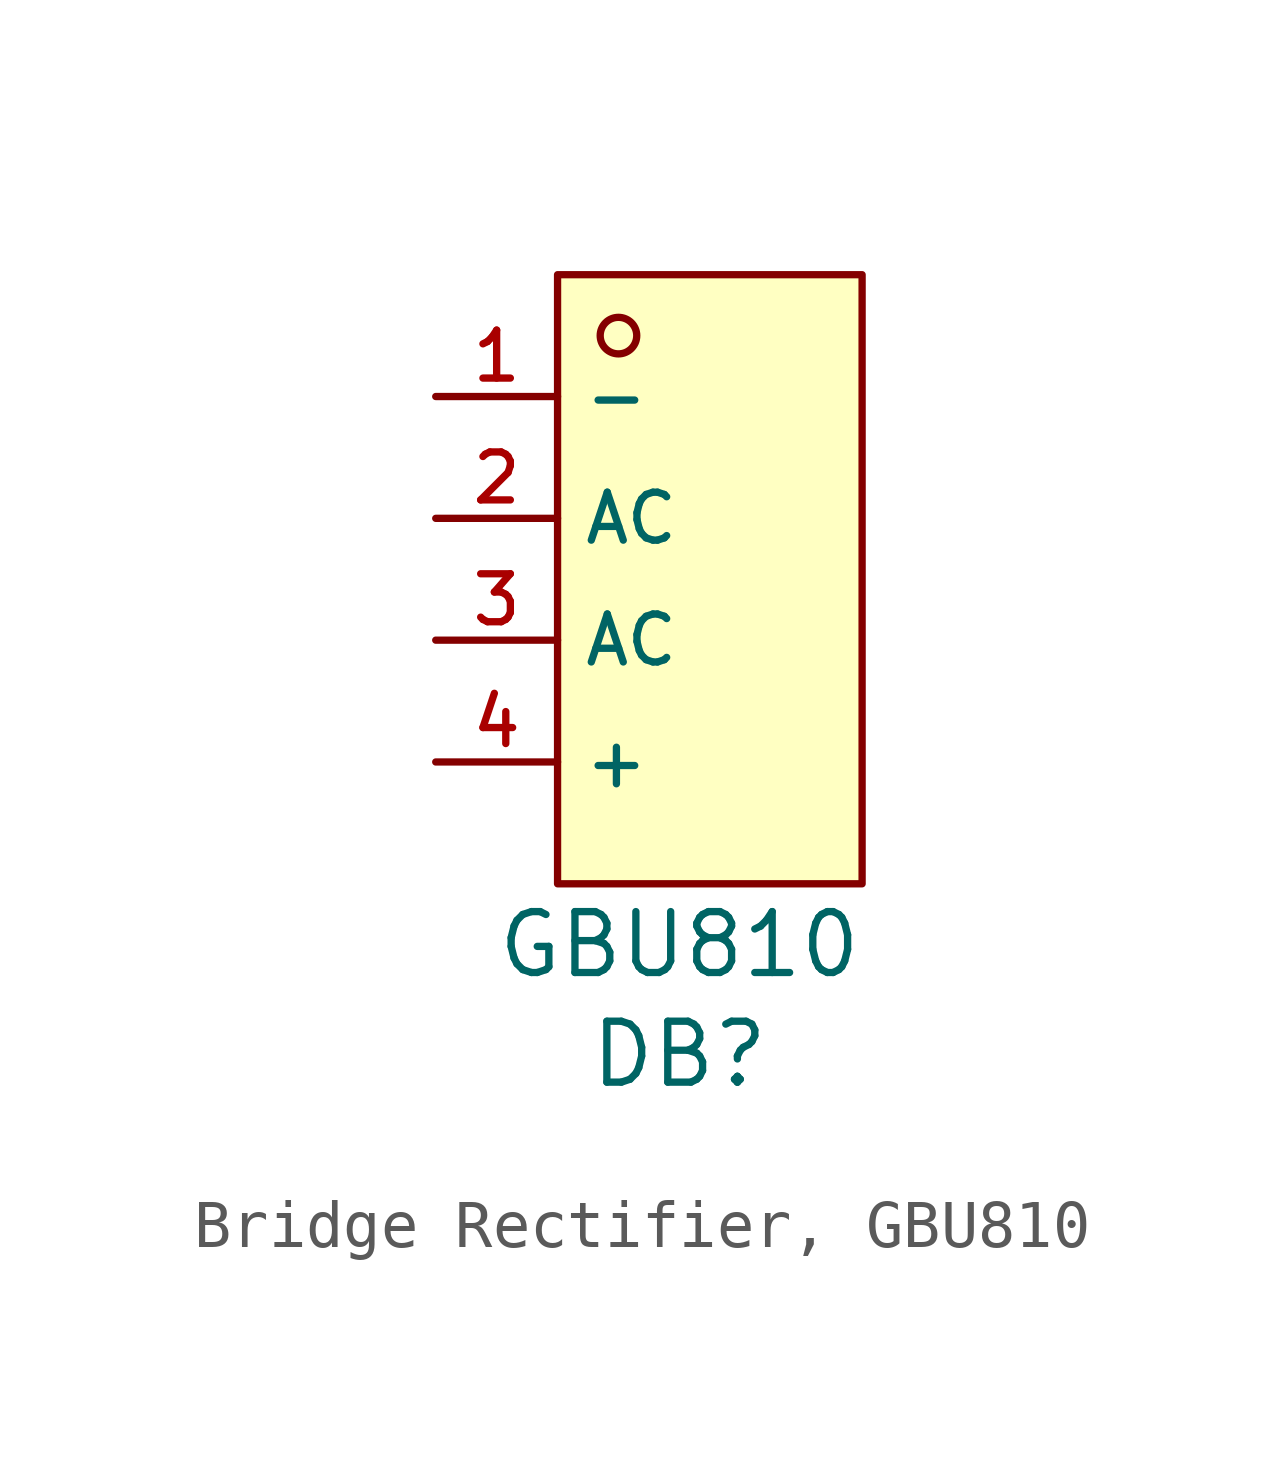
<source format=kicad_sym>
(kicad_symbol_lib
  (version 20231120)
  (generator "CDFER_Archive_Tool")
  (generator_version "0.0")
  (symbol "Bridge Rectifier, GBU810"
    (property "Reference" "DB"
      (at 0 -8.636 0)
      (effects (font (size 1.27 1.27))))
    (property "Value" "GBU810"
      (at 0 -6.35 0)
      (effects (font (size 1.27 1.27))))
    (symbol "Bridge Rectifier, GBU810_0_1"
      (rectangle (start -2.54 7.62) (end 3.81 -5.08) (stroke (width 0) (type default)) (fill (type background)))
      (circle (center -1.27 6.35) (radius 0.381) (stroke (width 0) (type default)) (fill (type background)))
      (pin unspecified line (at -5.08 5.08 0) (length 2.54) (name "-" (effects (font (size 1 1)))) (number "1" (effects (font (size 1 1)))))
      (pin unspecified line (at -5.08 -2.54 0) (length 2.54) (name "+" (effects (font (size 1 1)))) (number "4" (effects (font (size 1 1))))))
    (symbol "Bridge Rectifier, GBU810_1_1"
      (pin unspecified line (at -5.08 2.54 0) (length 2.54) (name "AC" (effects (font (size 1 1)))) (number "2" (effects (font (size 1 1)))))
      (pin unspecified line (at -5.08 0 0) (length 2.54) (name "AC" (effects (font (size 1 1)))) (number "3" (effects (font (size 1 1))))))))
</source>
